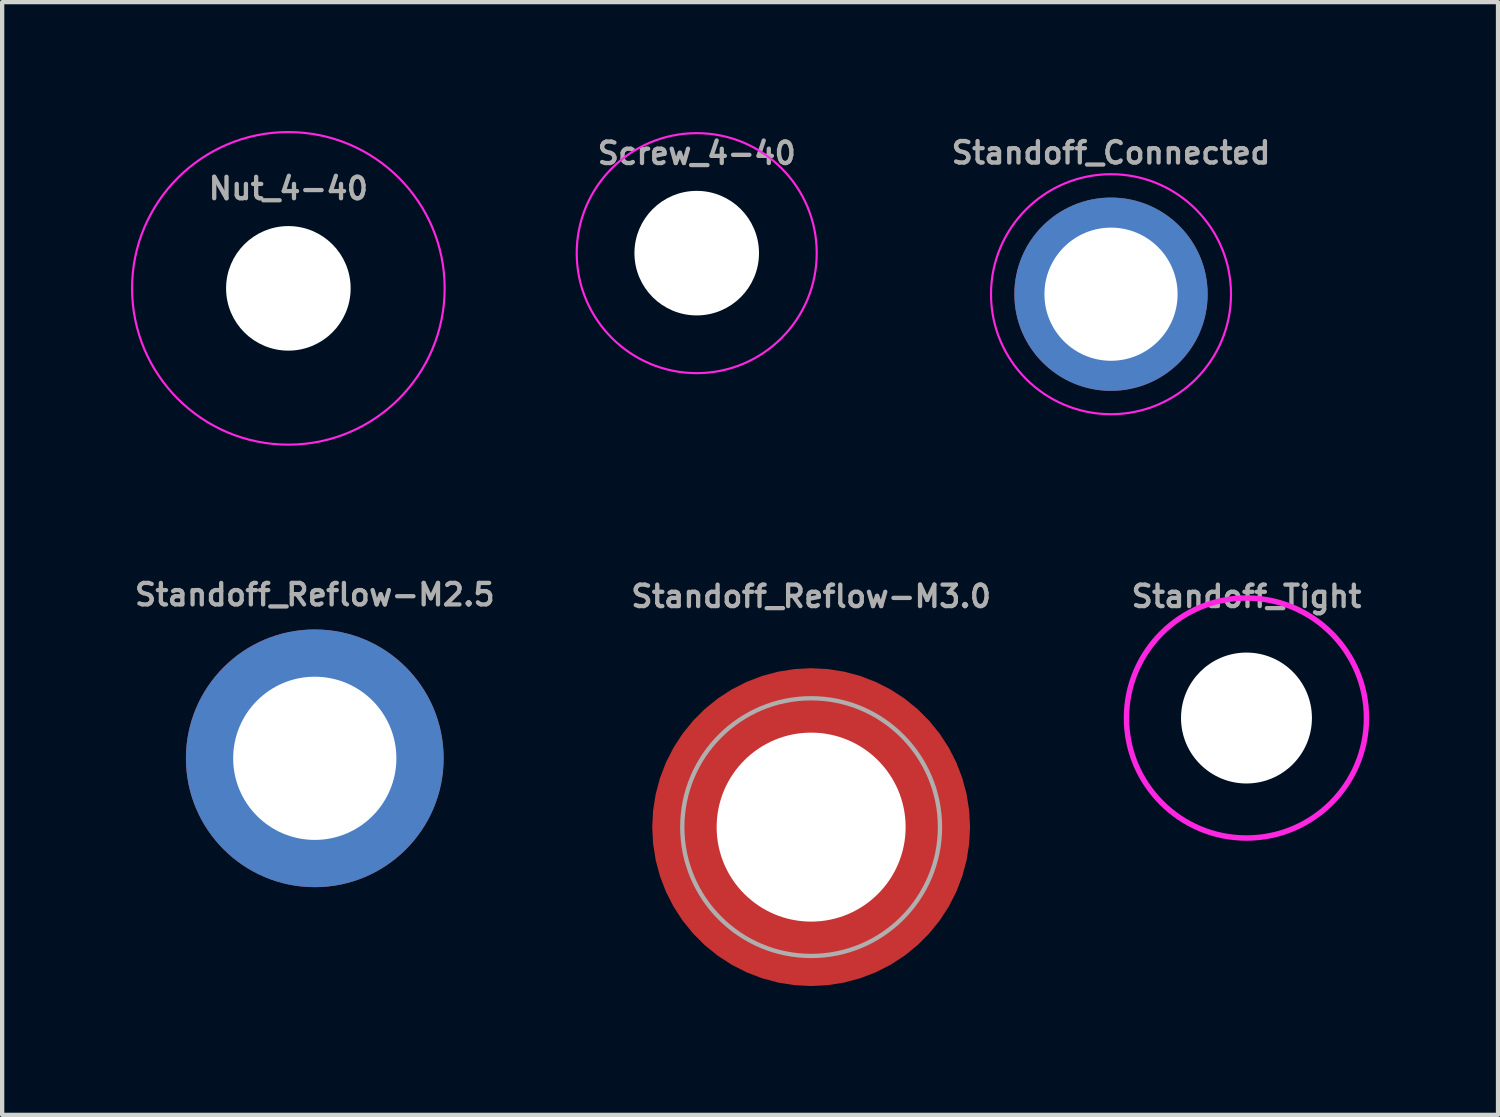
<source format=kicad_pcb>
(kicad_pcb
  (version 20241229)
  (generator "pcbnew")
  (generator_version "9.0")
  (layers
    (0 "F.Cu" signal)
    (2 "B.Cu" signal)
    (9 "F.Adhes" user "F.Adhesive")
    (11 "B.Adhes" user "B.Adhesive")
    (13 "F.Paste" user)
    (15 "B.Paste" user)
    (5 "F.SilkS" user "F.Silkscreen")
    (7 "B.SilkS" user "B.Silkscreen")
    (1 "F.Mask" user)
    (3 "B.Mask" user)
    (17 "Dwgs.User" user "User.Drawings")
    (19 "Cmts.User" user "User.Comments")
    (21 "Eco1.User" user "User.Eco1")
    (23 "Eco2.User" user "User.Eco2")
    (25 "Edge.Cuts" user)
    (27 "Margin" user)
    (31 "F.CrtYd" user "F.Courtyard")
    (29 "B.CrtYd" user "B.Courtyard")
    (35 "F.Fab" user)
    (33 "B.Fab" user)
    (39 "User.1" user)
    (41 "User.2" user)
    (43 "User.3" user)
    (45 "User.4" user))
  (footprint "Standoff_Reflow-M2.5"
    (layer "F.Cu")
    (at 4.279 14.606)
    (property "Reference" "Standoff_Reflow-M2.5" (at 0 -3.81 0) (layer "F.Fab") (effects (font (size 0.5 0.5) (thickness 0.1))))
    (fp_poly (pts (xy -1.713 0.865) (xy -1.596 1.079) (xy -1.45 1.276) (xy -1.276 1.45) (xy -1.079 1.596) (xy -0.863 1.714) (xy -0.633 1.799) (xy 0.073 1.95) (xy -0.35 1.95) (xy -0.35 3.06) (xy -0.737 2.992) (xy -1.059 2.898) (xy -1.369 2.768) (xy -1.662 2.605) (xy -1.936 2.41) (xy -2.186 2.186) (xy -2.41 1.936) (xy -2.605 1.662) (xy -2.768 1.369) (xy -2.898 1.059) (xy -2.992 0.737) (xy -3.049 0.409) (xy -3 0.4) (xy -3 0.35) (xy -1.862 0.35)) (stroke (width 0) (type default)) (fill yes) (layer "F.Paste"))
    (fp_poly (pts (xy -0.4 -3) (xy -0.35 -3) (xy -0.35 -1.862) (xy -0.865 -1.713) (xy -1.079 -1.596) (xy -1.276 -1.45) (xy -1.45 -1.276) (xy -1.596 -1.079) (xy -1.714 -0.863) (xy -1.799 -0.633) (xy -1.95 0.073) (xy -1.95 -0.35) (xy -3.06 -0.35) (xy -2.992 -0.737) (xy -2.898 -1.059) (xy -2.768 -1.369) (xy -2.605 -1.662) (xy -2.41 -1.936) (xy -2.186 -2.186) (xy -1.936 -2.41) (xy -1.662 -2.605) (xy -1.369 -2.768) (xy -1.059 -2.898) (xy -0.737 -2.992) (xy -0.409 -3.049)) (stroke (width 0) (type default)) (fill yes) (layer "F.Paste"))
    (fp_poly (pts (xy 0.737 -2.992) (xy 1.059 -2.898) (xy 1.369 -2.768) (xy 1.662 -2.605) (xy 1.936 -2.41) (xy 2.186 -2.186) (xy 2.41 -1.936) (xy 2.605 -1.662) (xy 2.768 -1.369) (xy 2.898 -1.059) (xy 2.992 -0.737) (xy 3.049 -0.409) (xy 3 -0.4) (xy 3 -0.35) (xy 1.86 -0.35) (xy 1.799 -0.633) (xy 1.714 -0.863) (xy 1.596 -1.079) (xy 1.45 -1.276) (xy 1.276 -1.45) (xy 1.079 -1.596) (xy 0.863 -1.714) (xy 0.633 -1.799) (xy -0.073 -1.95) (xy 0.35 -1.95) (xy 0.35 -3.06)) (stroke (width 0) (type default)) (fill yes) (layer "F.Paste"))
    (fp_poly (pts (xy 1.95 0.35) (xy 3.06 0.35) (xy 2.992 0.737) (xy 2.898 1.059) (xy 2.768 1.369) (xy 2.605 1.662) (xy 2.41 1.936) (xy 2.186 2.186) (xy 1.936 2.41) (xy 1.662 2.605) (xy 1.369 2.768) (xy 1.059 2.898) (xy 0.737 2.992) (xy 0.409 3.049) (xy 0.4 3) (xy 0.35 3) (xy 0.35 1.86) (xy 0.633 1.799) (xy 0.863 1.714) (xy 1.079 1.596) (xy 1.276 1.45) (xy 1.45 1.276) (xy 1.596 1.079) (xy 1.714 0.863) (xy 1.799 0.633) (xy 1.95 -0.073)) (stroke (width 0) (type default)) (fill yes) (layer "F.Paste"))
    (pad "1" thru_hole circle (at 0 0) (size 6 6) (drill 3.8) (layers "*.Cu" "*.Mask")))
  (footprint "Standoff_Tight"
    (layer "F.Cu")
    (at 25.972 13.668)
    (property "Reference" "Standoff_Tight" (at 0 -2.54 0) (layer "F.Fab") (effects (font (size 0.5 0.5) (thickness 0.1)) (justify bottom)))
    (fp_circle (center 0 0) (end 2.794 0) (stroke (width 0.127) (type solid)) (fill no) (layer "F.CrtYd"))
    (pad "" np_thru_hole circle (at 0 0) (size 3.048 3.048) (drill 3.048) (layers "*.Cu" "*.Mask")))
  (footprint "Screw_4-40"
    (layer "F.Cu")
    (at 13.172 2.844)
    (property "Reference" "Screw_4-40" (at 0 -2.032 0) (layer "F.Fab") (effects (font (size 0.5 0.5) (thickness 0.1)) (justify bottom)))
    (fp_circle (center 0 0) (end 2.794 0) (stroke (width 0.05) (type solid)) (fill no) (layer "F.CrtYd"))
    (fp_circle (center 0 0) (end 2.794 0) (stroke (width 0.1) (type default)) (fill no) (layer "User.1"))
    (pad "" np_thru_hole circle (at 0 0) (size 2.9 2.9) (drill 2.9) (layers "*.Cu" "*.Mask")))
  (footprint "Standoff_Reflow-M3.0"
    (layer "F.Cu")
    (at 15.836 16.208)
    (property "Reference" "Standoff_Reflow-M3.0" (at 0 -5.08 0) (layer "F.Fab") (effects (font (size 0.5 0.5) (thickness 0.1)) (justify bottom)))
    (fp_poly (pts (xy 0.776 -3.563) (xy 1.14 -3.462) (xy 1.493 -3.325) (xy 1.829 -3.152) (xy 2.146 -2.945) (xy 2.439 -2.707) (xy 2.707 -2.439) (xy 2.945 -2.146) (xy 3.152 -1.829) (xy 3.325 -1.493) (xy 3.463 -1.14) (xy 3.631 -0.375) (xy 2.23 -0.375) (xy 2.152 -0.693) (xy 2.039 -0.977) (xy 1.889 -1.243) (xy 1.703 -1.487) (xy 1.487 -1.703) (xy 1.243 -1.889) (xy 0.978 -2.038) (xy 0.375 -2.232) (xy 0.375 -3.625) (xy 0.402 -3.625)) (stroke (width 0) (type default)) (fill yes) (layer "F.Paste"))
    (fp_poly (pts (xy 3.463 1.14) (xy 3.325 1.493) (xy 3.152 1.829) (xy 2.945 2.146) (xy 2.707 2.439) (xy 2.439 2.707) (xy 2.146 2.945) (xy 1.829 3.152) (xy 1.493 3.325) (xy 1.14 3.462) (xy 0.776 3.563) (xy 0.402 3.625) (xy 0.375 3.625) (xy 0.375 2.232) (xy 0.978 2.038) (xy 1.243 1.889) (xy 1.487 1.703) (xy 1.703 1.487) (xy 1.889 1.243) (xy 2.039 0.977) (xy 2.152 0.693) (xy 2.23 0.375) (xy 3.631 0.375)) (stroke (width 0) (type default)) (fill yes) (layer "F.Paste"))
    (fp_poly (pts (xy -2.152 0.693) (xy -2.039 0.977) (xy -1.889 1.243) (xy -1.703 1.487) (xy -1.487 1.703) (xy -1.243 1.889) (xy -0.977 2.039) (xy -0.693 2.152) (xy -0.375 2.23) (xy -0.375 3.625) (xy -0.402 3.625) (xy -0.776 3.563) (xy -1.14 3.462) (xy -1.493 3.325) (xy -1.829 3.152) (xy -2.146 2.945) (xy -2.439 2.707) (xy -2.707 2.439) (xy -2.945 2.146) (xy -3.152 1.829) (xy -3.325 1.493) (xy -3.463 1.14) (xy -3.631 0.375) (xy -2.23 0.375)) (stroke (width 0) (type default)) (fill yes) (layer "F.Paste"))
    (fp_poly (pts (xy -0.375 -2.23) (xy -0.693 -2.152) (xy -0.977 -2.039) (xy -1.243 -1.889) (xy -1.487 -1.703) (xy -1.703 -1.487) (xy -1.889 -1.243) (xy -2.039 -0.977) (xy -2.152 -0.693) (xy -2.23 -0.375) (xy -3.631 -0.375) (xy -3.463 -1.14) (xy -3.325 -1.493) (xy -3.152 -1.829) (xy -2.945 -2.146) (xy -2.707 -2.439) (xy -2.439 -2.707) (xy -2.146 -2.945) (xy -1.829 -3.152) (xy -1.493 -3.325) (xy -1.14 -3.462) (xy -0.776 -3.563) (xy -0.402 -3.625) (xy -0.375 -3.625)) (stroke (width 0) (type default)) (fill yes) (layer "F.Paste"))
    (fp_circle (center 0 0) (end 3 0) (stroke (width 0.1) (type solid)) (fill no) (layer "F.Fab"))
    (pad "" np_thru_hole circle (at 0 0) (size 4.4 4.4) (drill 4.4) (layers "*.Cu" "*.Mask"))
    (pad "1" smd roundrect (at 0 0) (size 7.4 7.4) (layers "F.Cu" "F.Mask") (roundrect_rratio 0.5)))
  (footprint "Standoff_Connected"
    (layer "F.Cu")
    (at 22.818 3.8)
    (property "Reference" "Standoff_Connected" (at 0 -3 0) (layer "F.Fab") (effects (font (size 0.5 0.5) (thickness 0.1)) (justify bottom)))
    (fp_circle (center 0 0) (end 2.794 0) (stroke (width 0.05) (type solid)) (fill no) (layer "F.CrtYd"))
    (pad "1" thru_hole circle (at 0 0) (size 4.5 4.5) (drill 3.1) (layers "*.Cu" "*.Mask")))
  (footprint "Nut_4-40"
    (layer "F.Cu")
    (at 3.664 3.664)
    (property "Reference" "Nut_4-40" (at 0 -2.032 0) (layer "F.Fab") (effects (font (size 0.5 0.5) (thickness 0.1)) (justify bottom)))
    (fp_circle (center 0 0) (end 3.639 0) (stroke (width 0.05) (type solid)) (fill no) (layer "F.CrtYd"))
    (fp_line (start -3.581 0) (end -1.753 -3.175) (stroke (width 0.1) (type default)) (layer "User.1"))
    (fp_line (start -3.581 0) (end -1.753 3.175) (stroke (width 0.1) (type default)) (layer "User.1"))
    (fp_line (start -1.753 -3.175) (end 1.753 -3.175) (stroke (width 0.1) (type default)) (layer "User.1"))
    (fp_line (start -1.753 3.175) (end 1.753 3.175) (stroke (width 0.1) (type default)) (layer "User.1"))
    (fp_line (start 1.753 -3.175) (end 3.581 0) (stroke (width 0.1) (type default)) (layer "User.1"))
    (fp_line (start 1.753 3.175) (end 3.581 0) (stroke (width 0.1) (type default)) (layer "User.1"))
    (pad "" np_thru_hole circle (at 0 0) (size 2.9 2.9) (drill 2.9) (layers "*.Cu" "*.Mask")))
  (gr_rect
    (start -3 -3)
    (end 31.829 22.908)
    (stroke (width 0.1) (type default))
    (fill no)
    (layer "Edge.Cuts")))
</source>
